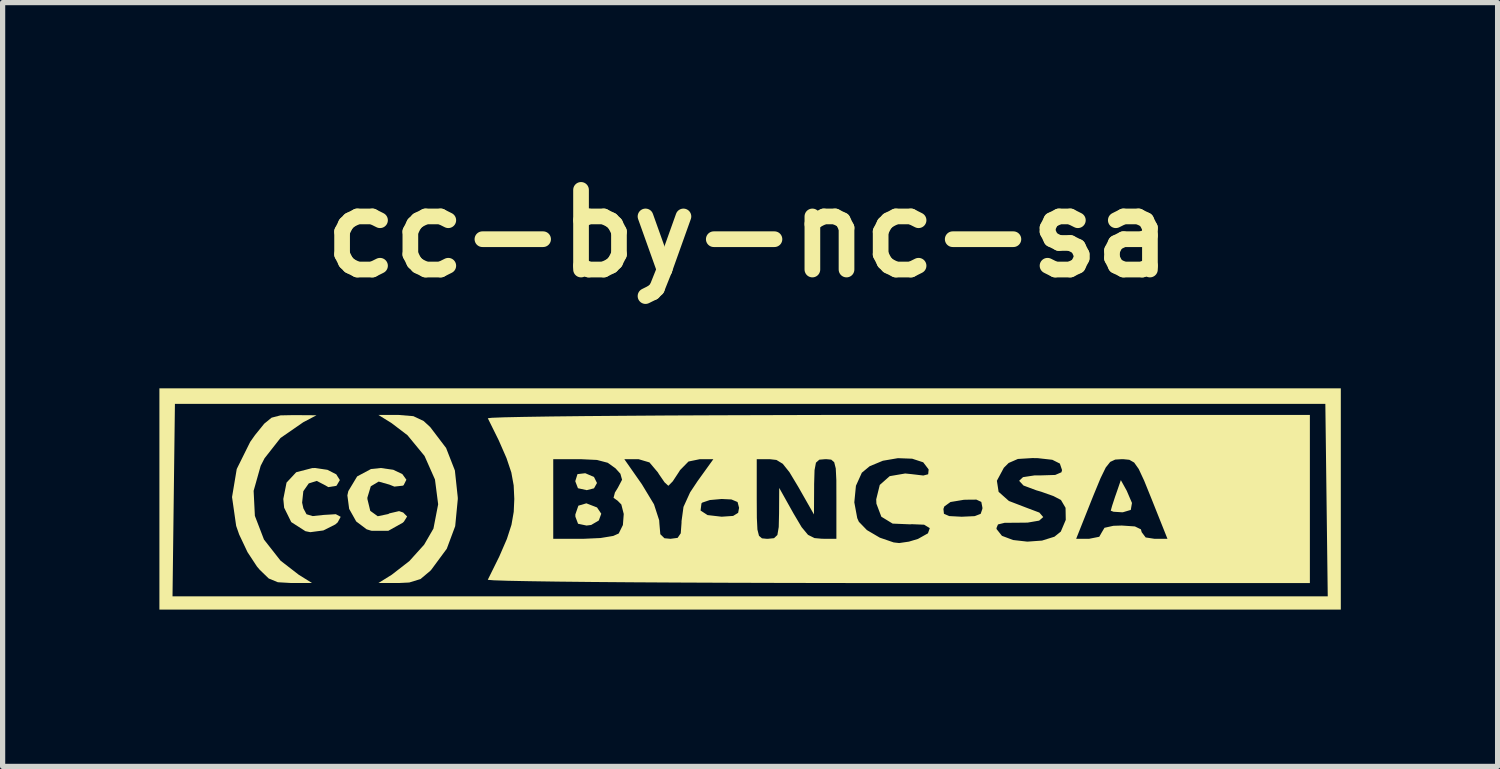
<source format=kicad_pcb>
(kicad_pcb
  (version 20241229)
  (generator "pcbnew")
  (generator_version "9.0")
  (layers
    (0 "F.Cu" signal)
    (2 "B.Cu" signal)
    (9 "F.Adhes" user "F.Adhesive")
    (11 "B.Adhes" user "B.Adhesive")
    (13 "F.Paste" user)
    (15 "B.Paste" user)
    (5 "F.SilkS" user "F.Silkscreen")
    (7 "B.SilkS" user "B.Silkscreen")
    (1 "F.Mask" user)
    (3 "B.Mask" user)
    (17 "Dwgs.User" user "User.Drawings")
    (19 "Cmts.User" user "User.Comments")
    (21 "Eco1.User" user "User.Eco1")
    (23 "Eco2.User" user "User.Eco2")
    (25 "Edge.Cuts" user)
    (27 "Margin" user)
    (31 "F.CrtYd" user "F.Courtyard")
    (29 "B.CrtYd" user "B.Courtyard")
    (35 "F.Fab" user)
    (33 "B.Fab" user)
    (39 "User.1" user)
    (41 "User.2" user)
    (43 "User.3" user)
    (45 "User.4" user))
  (footprint "cc-by-nc-sa"
    (layer "F.Cu")
    (at 11.261 6.498)
    (property "Reference" "cc-by-nc-sa" (at 0 -5.08 0) (layer "F.SilkS") (effects (font (size 1.524 1.524) (thickness 0.3))))
    (attr board_only exclude_from_pos_files exclude_from_bom)
    (fp_poly (pts (xy -3.112 -0.493) (xy -2.945 -0.421) (xy -2.888 -0.306) (xy -2.945 -0.204) (xy -3.084 -0.169) (xy -3.252 -0.206) (xy -3.302 -0.336) (xy -3.302 -0.345) (xy -3.261 -0.476) (xy -3.113 -0.493)) (stroke (width 0) (type solid)) (fill yes) (layer "F.SilkS"))
    (fp_poly (pts (xy -2.887 0.162) (xy -2.806 0.282) (xy -2.853 0.411) (xy -2.999 0.497) (xy -3.088 0.508) (xy -3.25 0.474) (xy -3.301 0.339) (xy -3.302 0.296) (xy -3.244 0.128) (xy -3.091 0.083)) (stroke (width 0) (type solid)) (fill yes) (layer "F.SilkS"))
    (fp_poly (pts (xy 7.248 -0.159) (xy 7.349 0.076) (xy 7.326 0.209) (xy 7.175 0.254) (xy 7.154 0.254) (xy 6.995 0.244) (xy 6.943 0.224) (xy 6.968 0.133) (xy 7.029 -0.053) (xy 7.04 -0.083) (xy 7.136 -0.361)) (stroke (width 0) (type solid)) (fill yes) (layer "F.SilkS"))
    (fp_poly (pts (xy 11.345 2.117) (xy -11.261 2.117) (xy -11.261 1.863) (xy -11.01 1.863) (xy 11.095 1.863) (xy 11.049 -1.82) (xy -10.964 -1.82) (xy -11.01 1.863) (xy -11.261 1.863) (xy -11.261 -2.117) (xy 11.345 -2.117)) (stroke (width 0) (type solid)) (fill yes) (layer "F.SilkS"))
    (fp_poly (pts (xy -6.402 -1.585) (xy -6.205 -1.492) (xy -6.079 -1.376) (xy -5.775 -0.976) (xy -5.607 -0.546) (xy -5.552 -0.033) (xy -5.551 0) (xy -5.601 0.52) (xy -5.762 0.952) (xy -6.058 1.353) (xy -6.079 1.376) (xy -6.265 1.532) (xy -6.48 1.598) (xy -6.683 1.608) (xy -7.07 1.608) (xy -6.816 1.45) (xy -6.478 1.188) (xy -6.195 0.874) (xy -6.017 0.566) (xy -5.927 0.101) (xy -5.988 -0.373) (xy -6.188 -0.824) (xy -6.514 -1.22) (xy -6.816 -1.45) (xy -7.07 -1.608) (xy -6.683 -1.608)) (stroke (width 0) (type solid)) (fill yes) (layer "F.SilkS"))
    (fp_poly (pts (xy -8.255 -1.602) (xy -8.509 -1.468) (xy -8.944 -1.167) (xy -9.249 -0.779) (xy -9.323 -0.635) (xy -9.458 -0.156) (xy -9.434 0.323) (xy -9.26 0.776) (xy -8.943 1.18) (xy -8.594 1.45) (xy -8.34 1.608) (xy -8.736 1.608) (xy -8.994 1.593) (xy -9.169 1.521) (xy -9.34 1.356) (xy -9.395 1.291) (xy -9.575 1.017) (xy -9.735 0.679) (xy -9.792 0.515) (xy -9.871 -0.037) (xy -9.781 -0.574) (xy -9.524 -1.092) (xy -9.432 -1.222) (xy -9.255 -1.441) (xy -9.114 -1.556) (xy -8.944 -1.6) (xy -8.696 -1.605)) (stroke (width 0) (type solid)) (fill yes) (layer "F.SilkS"))
    (fp_poly (pts (xy -8.045 -0.558) (xy -7.877 -0.472) (xy -7.808 -0.362) (xy -7.87 -0.257) (xy -7.879 -0.251) (xy -8.03 -0.227) (xy -8.081 -0.258) (xy -8.25 -0.346) (xy -8.403 -0.298) (xy -8.507 -0.149) (xy -8.53 0.07) (xy -8.506 0.179) (xy -8.446 0.292) (xy -8.328 0.327) (xy -8.119 0.305) (xy -7.885 0.291) (xy -7.792 0.341) (xy -7.85 0.448) (xy -7.895 0.487) (xy -8.124 0.602) (xy -8.374 0.635) (xy -8.467 0.616) (xy -8.738 0.442) (xy -8.874 0.167) (xy -8.89 0) (xy -8.828 -0.314) (xy -8.643 -0.512) (xy -8.338 -0.591) (xy -8.28 -0.593)) (stroke (width 0) (type solid)) (fill yes) (layer "F.SilkS"))
    (fp_poly (pts (xy -6.786 -0.559) (xy -6.612 -0.476) (xy -6.535 -0.369) (xy -6.587 -0.265) (xy -6.602 -0.255) (xy -6.765 -0.237) (xy -6.86 -0.275) (xy -7.065 -0.333) (xy -7.216 -0.243) (xy -7.281 -0.027) (xy -7.281 0) (xy -7.226 0.227) (xy -7.083 0.33) (xy -6.882 0.288) (xy -6.86 0.275) (xy -6.675 0.232) (xy -6.596 0.259) (xy -6.521 0.335) (xy -6.582 0.433) (xy -6.604 0.454) (xy -6.881 0.609) (xy -7.205 0.608) (xy -7.296 0.58) (xy -7.495 0.43) (xy -7.63 0.189) (xy -7.664 -0.069) (xy -7.646 -0.151) (xy -7.477 -0.432) (xy -7.213 -0.573) (xy -7.025 -0.593)) (stroke (width 0) (type solid)) (fill yes) (layer "F.SilkS"))
    (fp_poly (pts (xy 10.753 1.609) (xy 2.872 1.609) (xy 1.733 1.608) (xy 0.645 1.606) (xy -0.382 1.603) (xy -1.335 1.599) (xy -2.204 1.594) (xy -2.975 1.588) (xy -3.639 1.581) (xy -4.182 1.573) (xy -4.593 1.565) (xy -4.861 1.556) (xy -4.974 1.547) (xy -4.977 1.545) (xy -4.758 1.102) (xy -4.612 0.765) (xy -4.611 0.762) (xy -3.725 0.762) (xy -3.15 0.762) (xy -2.821 0.747) (xy -2.577 0.707) (xy -2.472 0.66) (xy -2.392 0.498) (xy -2.376 0.287) (xy -2.422 0.105) (xy -2.494 0.032) (xy -2.571 -0.022) (xy -2.545 -0.123) (xy -2.489 -0.214) (xy -2.408 -0.368) (xy -2.44 -0.483) (xy -2.534 -0.587) (xy -2.682 -0.693) (xy -2.888 -0.747) (xy -3.205 -0.762) (xy -3.217 -0.762) (xy -2.365 -0.762) (xy -2.029 -0.282) (xy -1.797 0.102) (xy -1.698 0.407) (xy -1.693 0.48) (xy -1.676 0.674) (xy -1.597 0.751) (xy -1.482 0.762) (xy -1.345 0.744) (xy -1.285 0.656) (xy -1.27 0.453) (xy -1.27 0.424) (xy -1.242 0.221) (xy -0.906 0.221) (xy -0.772 0.308) (xy -0.503 0.339) (xy -0.283 0.324) (xy -0.187 0.265) (xy -0.169 0.169) (xy -0.198 0.058) (xy -0.315 0.009) (xy -0.503 0) (xy 0.169 0) (xy 0.171 0.361) (xy 0.182 0.585) (xy 0.212 0.704) (xy 0.269 0.753) (xy 0.362 0.762) (xy 0.381 0.762) (xy 0.5 0.75) (xy 0.564 0.689) (xy 0.59 0.536) (xy 0.596 0.275) (xy 0.599 -0.212) (xy 0.871 0.274) (xy 1.028 0.539) (xy 1.15 0.686) (xy 1.274 0.748) (xy 1.418 0.761) (xy 1.693 0.762) (xy 1.693 0.064) (xy 2.036 0.064) (xy 2.092 0.366) (xy 2.123 0.436) (xy 2.277 0.595) (xy 2.524 0.74) (xy 2.789 0.831) (xy 2.894 0.843) (xy 3.081 0.816) (xy 3.254 0.764) (xy 3.445 0.657) (xy 3.48 0.558) (xy 3.479 0.557) (xy 4.756 0.557) (xy 4.759 0.577) (xy 4.861 0.705) (xy 5.074 0.785) (xy 5.347 0.816) (xy 5.628 0.796) (xy 5.736 0.762) (xy 6.281 0.762) (xy 6.527 0.762) (xy 6.723 0.723) (xy 6.773 0.635) (xy 6.823 0.551) (xy 6.993 0.513) (xy 7.154 0.508) (xy 7.405 0.525) (xy 7.52 0.581) (xy 7.535 0.635) (xy 7.611 0.736) (xy 7.781 0.762) (xy 8.028 0.762) (xy 7.724 0) (xy 7.582 -0.351) (xy 7.478 -0.574) (xy 7.391 -0.697) (xy 7.299 -0.75) (xy 7.18 -0.762) (xy 7.154 -0.762) (xy 7.028 -0.754) (xy 6.933 -0.71) (xy 6.847 -0.602) (xy 6.748 -0.399) (xy 6.613 -0.072) (xy 6.584 0) (xy 6.281 0.762) (xy 5.736 0.762) (xy 5.865 0.722) (xy 5.987 0.624) (xy 6.082 0.4) (xy 6.078 0.169) (xy 5.99 0.019) (xy 5.846 -0.056) (xy 5.612 -0.139) (xy 5.519 -0.166) (xy 5.273 -0.258) (xy 5.19 -0.348) (xy 5.264 -0.418) (xy 5.489 -0.452) (xy 5.618 -0.452) (xy 5.88 -0.46) (xy 5.999 -0.511) (xy 6.011 -0.553) (xy 5.969 -0.678) (xy 5.825 -0.75) (xy 5.549 -0.781) (xy 5.443 -0.783) (xy 5.166 -0.766) (xy 4.989 -0.689) (xy 4.897 -0.597) (xy 4.764 -0.349) (xy 4.797 -0.137) (xy 4.994 0.038) (xy 5.343 0.172) (xy 5.577 0.26) (xy 5.651 0.346) (xy 5.573 0.414) (xy 5.351 0.452) (xy 5.173 0.454) (xy 4.912 0.456) (xy 4.785 0.487) (xy 4.756 0.557) (xy 3.479 0.557) (xy 3.372 0.492) (xy 3.134 0.482) (xy 3.106 0.485) (xy 2.769 0.471) (xy 2.553 0.339) (xy 2.497 0.191) (xy 3.741 0.191) (xy 3.751 0.283) (xy 3.852 0.327) (xy 4.081 0.339) (xy 4.1 0.339) (xy 4.34 0.328) (xy 4.454 0.284) (xy 4.487 0.187) (xy 4.487 0.164) (xy 4.466 0.056) (xy 4.372 0.012) (xy 4.16 0.014) (xy 4.128 0.016) (xy 3.876 0.058) (xy 3.758 0.143) (xy 3.741 0.191) (xy 2.497 0.191) (xy 2.459 0.09) (xy 2.455 0.007) (xy 2.523 -0.269) (xy 2.713 -0.437) (xy 3.01 -0.488) (xy 3.137 -0.475) (xy 3.356 -0.449) (xy 3.449 -0.473) (xy 3.458 -0.558) (xy 3.456 -0.569) (xy 3.354 -0.702) (xy 3.143 -0.771) (xy 2.87 -0.781) (xy 2.583 -0.732) (xy 2.33 -0.627) (xy 2.18 -0.503) (xy 2.067 -0.253) (xy 2.036 0.064) (xy 1.693 0.064) (xy 1.693 0) (xy 1.692 -0.361) (xy 1.681 -0.585) (xy 1.651 -0.704) (xy 1.594 -0.753) (xy 1.5 -0.762) (xy 1.482 -0.762) (xy 1.366 -0.752) (xy 1.302 -0.695) (xy 1.275 -0.552) (xy 1.267 -0.285) (xy 1.267 -0.233) (xy 1.264 0.296) (xy 0.963 -0.233) (xy 0.794 -0.514) (xy 0.666 -0.674) (xy 0.546 -0.747) (xy 0.416 -0.762) (xy 0.169 -0.762) (xy 0.169 0) (xy -0.503 0) (xy -0.728 0.02) (xy -0.873 0.069) (xy -0.889 0.085) (xy -0.906 0.221) (xy -1.242 0.221) (xy -1.233 0.152) (xy -1.106 -0.127) (xy -0.966 -0.338) (xy -0.661 -0.762) (xy -0.919 -0.762) (xy -1.137 -0.717) (xy -1.298 -0.553) (xy -1.326 -0.508) (xy -1.438 -0.338) (xy -1.518 -0.256) (xy -1.524 -0.254) (xy -1.595 -0.319) (xy -1.705 -0.479) (xy -1.722 -0.508) (xy -1.884 -0.7) (xy -2.09 -0.761) (xy -2.119 -0.762) (xy -2.365 -0.762) (xy -3.217 -0.762) (xy -3.725 -0.762) (xy -3.725 0.762) (xy -4.611 0.762) (xy -4.524 0.493) (xy -4.481 0.246) (xy -4.47 0) (xy -4.482 -0.26) (xy -4.527 -0.508) (xy -4.619 -0.782) (xy -4.769 -1.125) (xy -4.977 -1.545) (xy -4.899 -1.554) (xy -4.664 -1.563) (xy -4.282 -1.571) (xy -3.766 -1.579) (xy -3.128 -1.586) (xy -2.378 -1.592) (xy -1.53 -1.598) (xy -0.594 -1.602) (xy 0.418 -1.605) (xy 1.495 -1.608) (xy 2.623 -1.609) (xy 2.872 -1.609) (xy 10.753 -1.609)) (stroke (width 0) (type solid)) (fill yes) (layer "F.SilkS")))
  (gr_rect
    (start -3 -3)
    (end 25.606 11.615)
    (stroke (width 0.1) (type default))
    (fill no)
    (layer "Edge.Cuts")))
</source>
